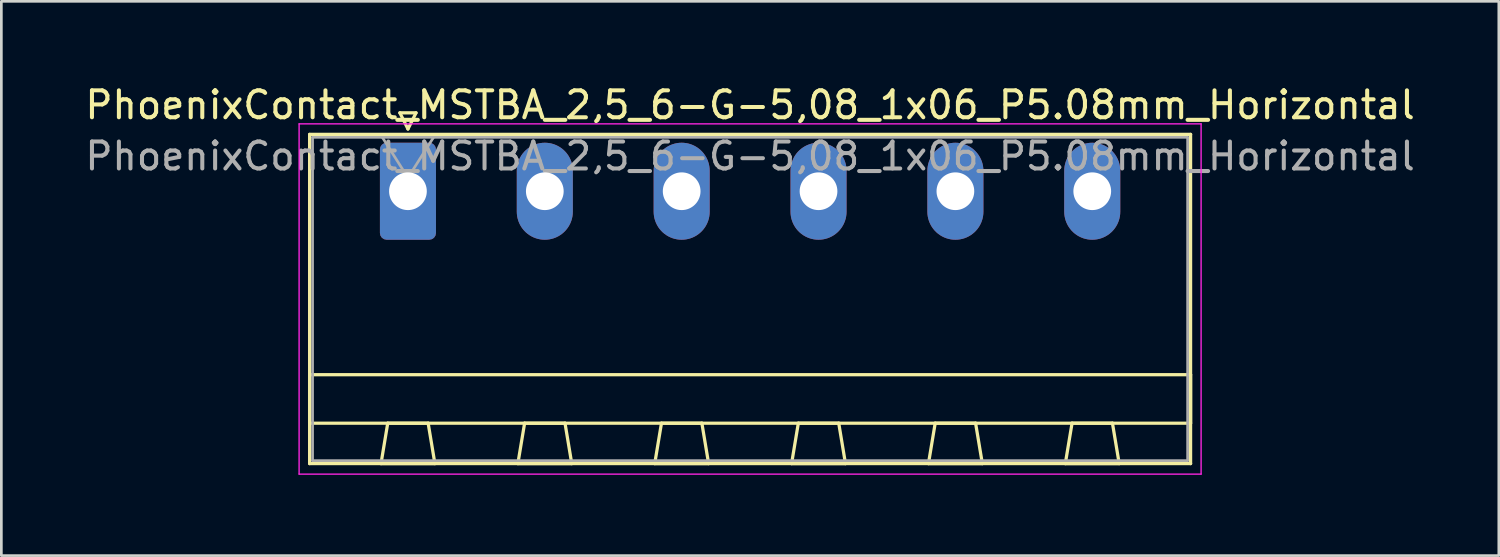
<source format=kicad_pcb>
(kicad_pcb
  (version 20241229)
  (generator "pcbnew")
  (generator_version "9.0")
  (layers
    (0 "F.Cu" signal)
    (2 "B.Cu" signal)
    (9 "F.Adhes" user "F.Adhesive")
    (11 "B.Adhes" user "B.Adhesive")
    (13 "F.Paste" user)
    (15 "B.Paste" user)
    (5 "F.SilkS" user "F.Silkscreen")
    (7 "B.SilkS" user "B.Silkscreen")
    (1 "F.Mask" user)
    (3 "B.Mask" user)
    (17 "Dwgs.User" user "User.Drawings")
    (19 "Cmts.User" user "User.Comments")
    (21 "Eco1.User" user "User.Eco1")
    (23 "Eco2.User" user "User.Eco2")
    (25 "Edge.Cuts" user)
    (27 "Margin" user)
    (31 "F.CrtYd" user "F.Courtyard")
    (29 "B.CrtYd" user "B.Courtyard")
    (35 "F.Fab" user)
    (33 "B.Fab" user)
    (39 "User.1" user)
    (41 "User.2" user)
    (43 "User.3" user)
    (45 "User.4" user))
  (footprint "PhoenixContact_MSTBA_2,5_6-G-5,08_1x06_P5.08mm_Horizontal"
    (layer "F.Cu")
    (at 12.092 4.048)
    (property "Reference" "PhoenixContact_MSTBA_2,5_6-G-5,08_1x06_P5.08mm_Horizontal" (at 12.7 -3.2 0) (layer "F.SilkS") (effects (font (size 1 1) (thickness 0.15))))
    (attr through_hole)
    (fp_line (start -3.65 -2.11) (end -3.65 10.11) (stroke (width 0.12) (type solid)) (layer "F.SilkS"))
    (fp_line (start -3.65 6.81) (end 29.05 6.81) (stroke (width 0.12) (type solid)) (layer "F.SilkS"))
    (fp_line (start -3.65 8.61) (end -3.65 6.81) (stroke (width 0.12) (type solid)) (layer "F.SilkS"))
    (fp_line (start -3.65 10.11) (end 29.05 10.11) (stroke (width 0.12) (type solid)) (layer "F.SilkS"))
    (fp_line (start -1 10.11) (end 1 10.11) (stroke (width 0.12) (type solid)) (layer "F.SilkS"))
    (fp_line (start -0.75 8.61) (end -1 10.11) (stroke (width 0.12) (type solid)) (layer "F.SilkS"))
    (fp_line (start -0.3 -2.91) (end 0.3 -2.91) (stroke (width 0.12) (type solid)) (layer "F.SilkS"))
    (fp_line (start 0 -2.31) (end -0.3 -2.91) (stroke (width 0.12) (type solid)) (layer "F.SilkS"))
    (fp_line (start 0.3 -2.91) (end 0 -2.31) (stroke (width 0.12) (type solid)) (layer "F.SilkS"))
    (fp_line (start 0.75 8.61) (end -0.75 8.61) (stroke (width 0.12) (type solid)) (layer "F.SilkS"))
    (fp_line (start 1 10.11) (end 0.75 8.61) (stroke (width 0.12) (type solid)) (layer "F.SilkS"))
    (fp_line (start 4.08 10.11) (end 6.08 10.11) (stroke (width 0.12) (type solid)) (layer "F.SilkS"))
    (fp_line (start 4.33 8.61) (end 4.08 10.11) (stroke (width 0.12) (type solid)) (layer "F.SilkS"))
    (fp_line (start 5.83 8.61) (end 4.33 8.61) (stroke (width 0.12) (type solid)) (layer "F.SilkS"))
    (fp_line (start 6.08 10.11) (end 5.83 8.61) (stroke (width 0.12) (type solid)) (layer "F.SilkS"))
    (fp_line (start 9.16 10.11) (end 11.16 10.11) (stroke (width 0.12) (type solid)) (layer "F.SilkS"))
    (fp_line (start 9.41 8.61) (end 9.16 10.11) (stroke (width 0.12) (type solid)) (layer "F.SilkS"))
    (fp_line (start 10.91 8.61) (end 9.41 8.61) (stroke (width 0.12) (type solid)) (layer "F.SilkS"))
    (fp_line (start 11.16 10.11) (end 10.91 8.61) (stroke (width 0.12) (type solid)) (layer "F.SilkS"))
    (fp_line (start 14.24 10.11) (end 16.24 10.11) (stroke (width 0.12) (type solid)) (layer "F.SilkS"))
    (fp_line (start 14.49 8.61) (end 14.24 10.11) (stroke (width 0.12) (type solid)) (layer "F.SilkS"))
    (fp_line (start 15.99 8.61) (end 14.49 8.61) (stroke (width 0.12) (type solid)) (layer "F.SilkS"))
    (fp_line (start 16.24 10.11) (end 15.99 8.61) (stroke (width 0.12) (type solid)) (layer "F.SilkS"))
    (fp_line (start 19.32 10.11) (end 21.32 10.11) (stroke (width 0.12) (type solid)) (layer "F.SilkS"))
    (fp_line (start 19.57 8.61) (end 19.32 10.11) (stroke (width 0.12) (type solid)) (layer "F.SilkS"))
    (fp_line (start 21.07 8.61) (end 19.57 8.61) (stroke (width 0.12) (type solid)) (layer "F.SilkS"))
    (fp_line (start 21.32 10.11) (end 21.07 8.61) (stroke (width 0.12) (type solid)) (layer "F.SilkS"))
    (fp_line (start 24.4 10.11) (end 26.4 10.11) (stroke (width 0.12) (type solid)) (layer "F.SilkS"))
    (fp_line (start 24.65 8.61) (end 24.4 10.11) (stroke (width 0.12) (type solid)) (layer "F.SilkS"))
    (fp_line (start 26.15 8.61) (end 24.65 8.61) (stroke (width 0.12) (type solid)) (layer "F.SilkS"))
    (fp_line (start 26.4 10.11) (end 26.15 8.61) (stroke (width 0.12) (type solid)) (layer "F.SilkS"))
    (fp_line (start 29.05 -2.11) (end -3.65 -2.11) (stroke (width 0.12) (type solid)) (layer "F.SilkS"))
    (fp_line (start 29.05 6.81) (end 29.05 8.61) (stroke (width 0.12) (type solid)) (layer "F.SilkS"))
    (fp_line (start 29.05 8.61) (end -3.65 8.61) (stroke (width 0.12) (type solid)) (layer "F.SilkS"))
    (fp_line (start 29.05 10.11) (end 29.05 -2.11) (stroke (width 0.12) (type solid)) (layer "F.SilkS"))
    (fp_line (start -4.04 -2.5) (end -4.04 10.5) (stroke (width 0.05) (type solid)) (layer "F.CrtYd"))
    (fp_line (start -4.04 10.5) (end 29.44 10.5) (stroke (width 0.05) (type solid)) (layer "F.CrtYd"))
    (fp_line (start 29.44 -2.5) (end -4.04 -2.5) (stroke (width 0.05) (type solid)) (layer "F.CrtYd"))
    (fp_line (start 29.44 10.5) (end 29.44 -2.5) (stroke (width 0.05) (type solid)) (layer "F.CrtYd"))
    (fp_line (start -3.54 -2) (end -3.54 10) (stroke (width 0.1) (type solid)) (layer "F.Fab"))
    (fp_line (start -3.54 10) (end 28.94 10) (stroke (width 0.1) (type solid)) (layer "F.Fab"))
    (fp_line (start 0 -0.5) (end -0.95 -2) (stroke (width 0.1) (type solid)) (layer "F.Fab"))
    (fp_line (start 0.95 -2) (end 0 -0.5) (stroke (width 0.1) (type solid)) (layer "F.Fab"))
    (fp_line (start 28.94 -2) (end -3.54 -2) (stroke (width 0.1) (type solid)) (layer "F.Fab"))
    (fp_line (start 28.94 10) (end 28.94 -2) (stroke (width 0.1) (type solid)) (layer "F.Fab"))
    (fp_text user "${REFERENCE}" (at 12.7 -1.3 0) (layer "F.Fab") (effects (font (size 1 1) (thickness 0.15))))
    (pad "1" thru_hole roundrect (at 0 0) (size 2.08 3.6) (drill 1.4) (layers "*.Cu" "*.Mask") (roundrect_rratio 0.12))
    (pad "2" thru_hole oval (at 5.08 0) (size 2.08 3.6) (drill 1.4) (layers "*.Cu" "*.Mask"))
    (pad "3" thru_hole oval (at 10.16 0) (size 2.08 3.6) (drill 1.4) (layers "*.Cu" "*.Mask"))
    (pad "4" thru_hole oval (at 15.24 0) (size 2.08 3.6) (drill 1.4) (layers "*.Cu" "*.Mask"))
    (pad "5" thru_hole oval (at 20.32 0) (size 2.08 3.6) (drill 1.4) (layers "*.Cu" "*.Mask"))
    (pad "6" thru_hole oval (at 25.4 0) (size 2.08 3.6) (drill 1.4) (layers "*.Cu" "*.Mask")))
  (gr_rect
    (start -3 -3)
    (end 52.583 17.573)
    (stroke (width 0.1) (type default))
    (fill no)
    (layer "Edge.Cuts")))
</source>
